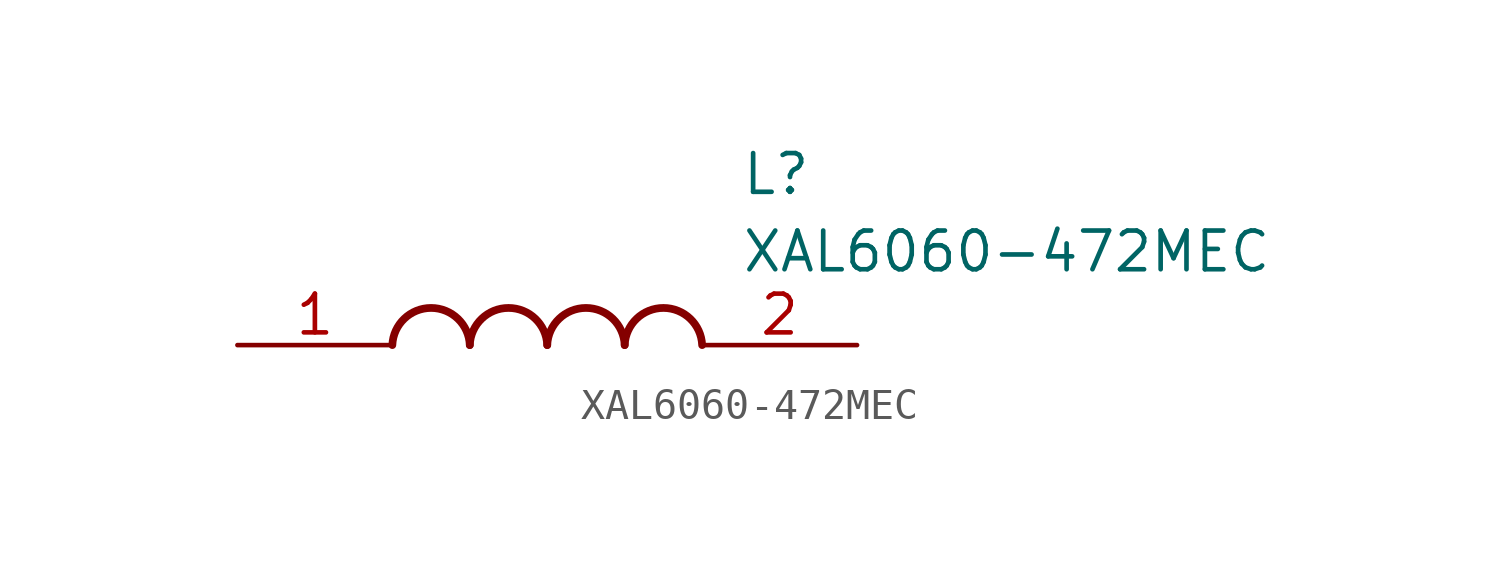
<source format=kicad_sym>
(kicad_symbol_lib
  (version 20211014)
  (generator SamacSys_ECAD_Model)
  (symbol "XAL6060-472MEC"
    (pin_names hide)
    (property "Reference" "L"
      (at 16.51 6.35 0)
      (effects (font (size 1.27 1.27)) (justify left top)))
    (property "Value" "XAL6060-472MEC"
      (at 16.51 3.81 0)
      (effects (font (size 1.27 1.27)) (justify left top)))
    (arc
      (start 7.62 0)
      (mid 6.35 1.219)
      (end 5.08 0)
      (stroke (width 0.254) (type default))
      (fill (type none)))
    (arc
      (start 10.16 0)
      (mid 8.89 1.219)
      (end 7.62 0)
      (stroke (width 0.254) (type default))
      (fill (type none)))
    (arc
      (start 12.7 0)
      (mid 11.43 1.219)
      (end 10.16 0)
      (stroke (width 0.254) (type default))
      (fill (type none)))
    (arc
      (start 15.24 0)
      (mid 13.97 1.219)
      (end 12.7 0)
      (stroke (width 0.254) (type default))
      (fill (type none)))
    (pin passive line
      (at 0 0 0)
      (length 5.08)
      (name "1" (effects (font (size 1.27 1.27))))
      (number "1" (effects (font (size 1.27 1.27)))))
    (pin passive line
      (at 20.32 0 180)
      (length 5.08)
      (name "2" (effects (font (size 1.27 1.27))))
      (number "2" (effects (font (size 1.27 1.27)))))))
</source>
